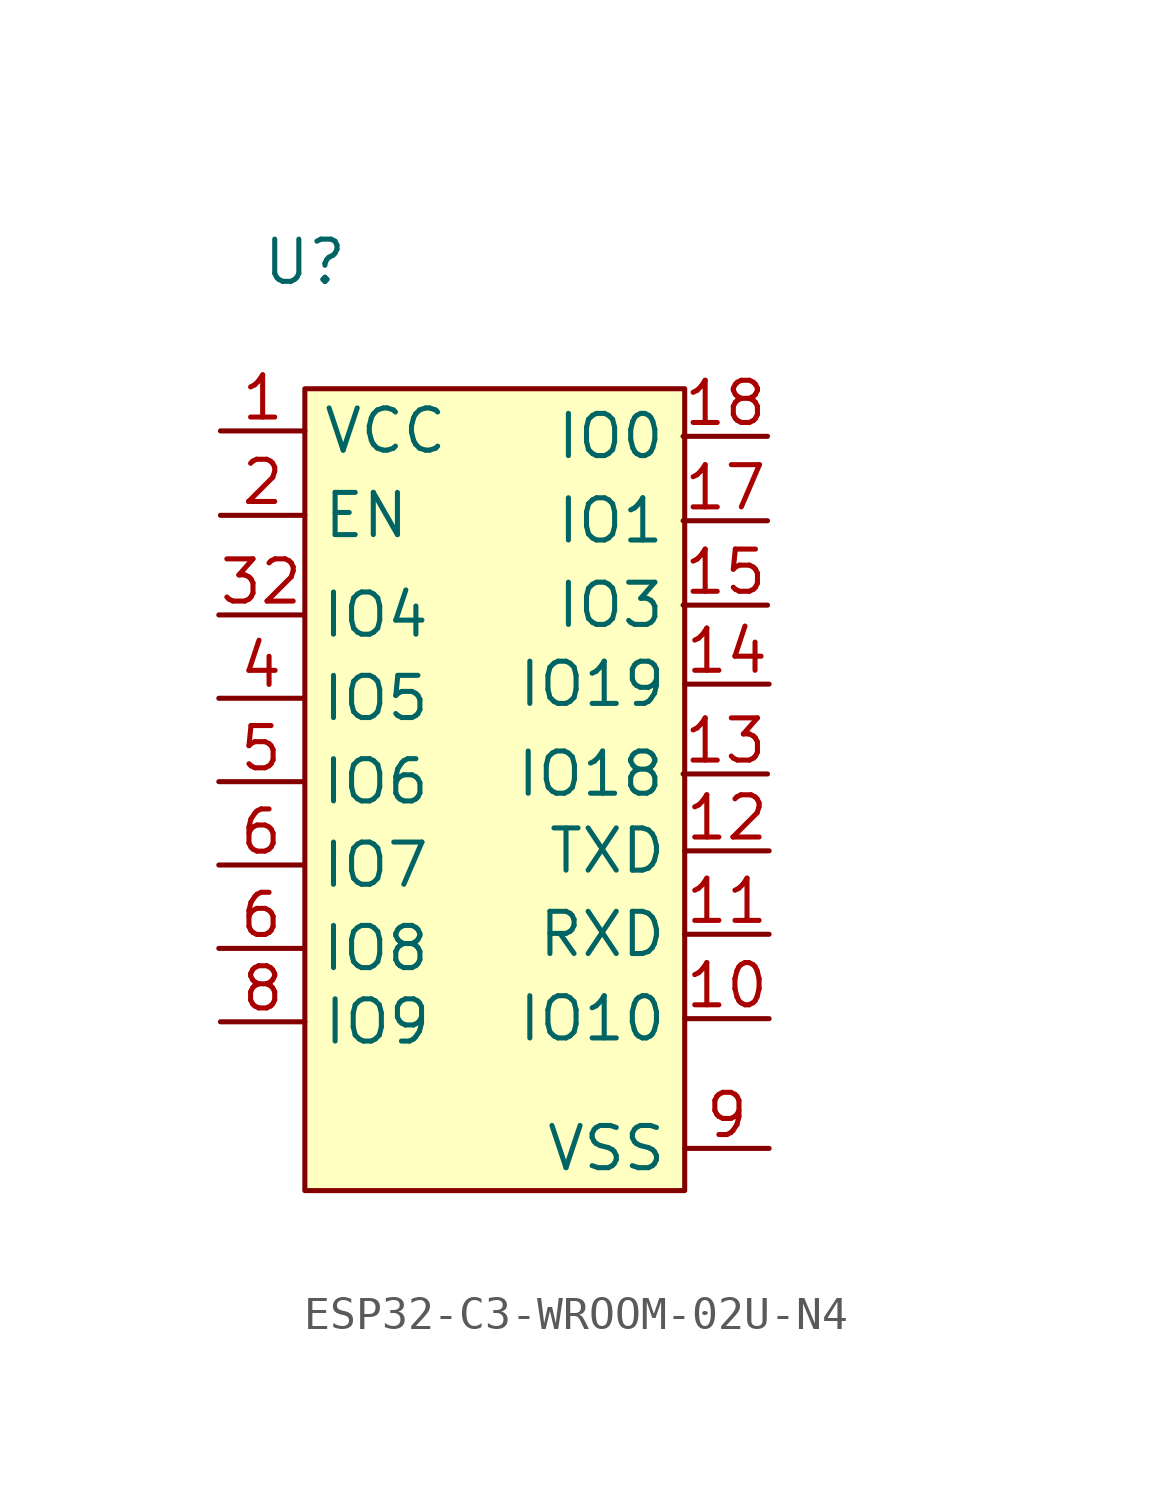
<source format=kicad_sym>
(kicad_symbol_lib
  (version 20220914)
  (generator kicad_symbol_editor)
  (symbol "ESP32-C3-WROOM-02U-N4"
    (property "Reference" "U"
      (at -19.05 21.59 0)
      (effects (font (size 1.27 1.27))))
    (property "Value" ""
      (at 0 0 0)
      (effects (font (size 1.27 1.27))))
    (symbol "ESP32-C3-WROOM-02U-N4_1_1"
      (rectangle (start -19.05 17.78) (end -7.62 -6.35) (stroke (width 0) (type default)) (fill (type background)))
      (pin input line (at -21.59 16.51 0) (length 2.54) (name "VCC" (effects (font (size 1.27 1.27)))) (number "1" (effects (font (size 1.27 1.27)))))
      (pin input line (at -5.08 -1.176 180) (length 2.54) (name "IO10" (effects (font (size 1.27 1.27)))) (number "10" (effects (font (size 1.27 1.27)))))
      (pin input line (at -5.08 1.364 180) (length 2.54) (name "RXD" (effects (font (size 1.27 1.27)))) (number "11" (effects (font (size 1.27 1.27)))))
      (pin input line (at -5.08 3.873 180) (length 2.54) (name "TXD" (effects (font (size 1.27 1.27)))) (number "12" (effects (font (size 1.27 1.27)))))
      (pin input line (at -5.129 6.187 180) (length 2.54) (name "IO18" (effects (font (size 1.27 1.27)))) (number "13" (effects (font (size 1.27 1.27)))))
      (pin input line (at -5.08 8.89 180) (length 2.54) (name "IO19" (effects (font (size 1.27 1.27)))) (number "14" (effects (font (size 1.27 1.27)))))
      (pin input line (at -5.129 11.267 180) (length 2.54) (name "IO3" (effects (font (size 1.27 1.27)))) (number "15" (effects (font (size 1.27 1.27)))))
      (pin input line (at -5.129 13.807 180) (length 2.54) (name "IO1" (effects (font (size 1.27 1.27)))) (number "17" (effects (font (size 1.27 1.27)))))
      (pin input line (at -5.129 16.347 180) (length 2.54) (name "IO0" (effects (font (size 1.27 1.27)))) (number "18" (effects (font (size 1.27 1.27)))))
      (pin input line (at -21.59 13.97 0) (length 2.54) (name "EN" (effects (font (size 1.27 1.27)))) (number "2" (effects (font (size 1.27 1.27)))))
      (pin input line (at -21.639 10.973 0) (length 2.54) (name "IO4" (effects (font (size 1.27 1.27)))) (number "32" (effects (font (size 1.27 1.27)))))
      (pin input line (at -21.639 8.464 0) (length 2.54) (name "IO5" (effects (font (size 1.27 1.27)))) (number "4" (effects (font (size 1.27 1.27)))))
      (pin input line (at -21.639 5.956 0) (length 2.54) (name "IO6" (effects (font (size 1.27 1.27)))) (number "5" (effects (font (size 1.27 1.27)))))
      (pin input line (at -21.639 3.447 0) (length 2.54) (name "IO7" (effects (font (size 1.27 1.27)))) (number "6" (effects (font (size 1.27 1.27)))))
      (pin input line (at -21.639 0.939 0) (length 2.54) (name "IO8" (effects (font (size 1.27 1.27)))) (number "6" (effects (font (size 1.27 1.27)))))
      (pin input line (at -21.59 -1.27 0) (length 2.54) (name "IO9" (effects (font (size 1.27 1.27)))) (number "8" (effects (font (size 1.27 1.27)))))
      (pin input line (at -5.08 -5.08 180) (length 2.54) (name "VSS" (effects (font (size 1.27 1.27)))) (number "9" (effects (font (size 1.27 1.27))))))))
</source>
